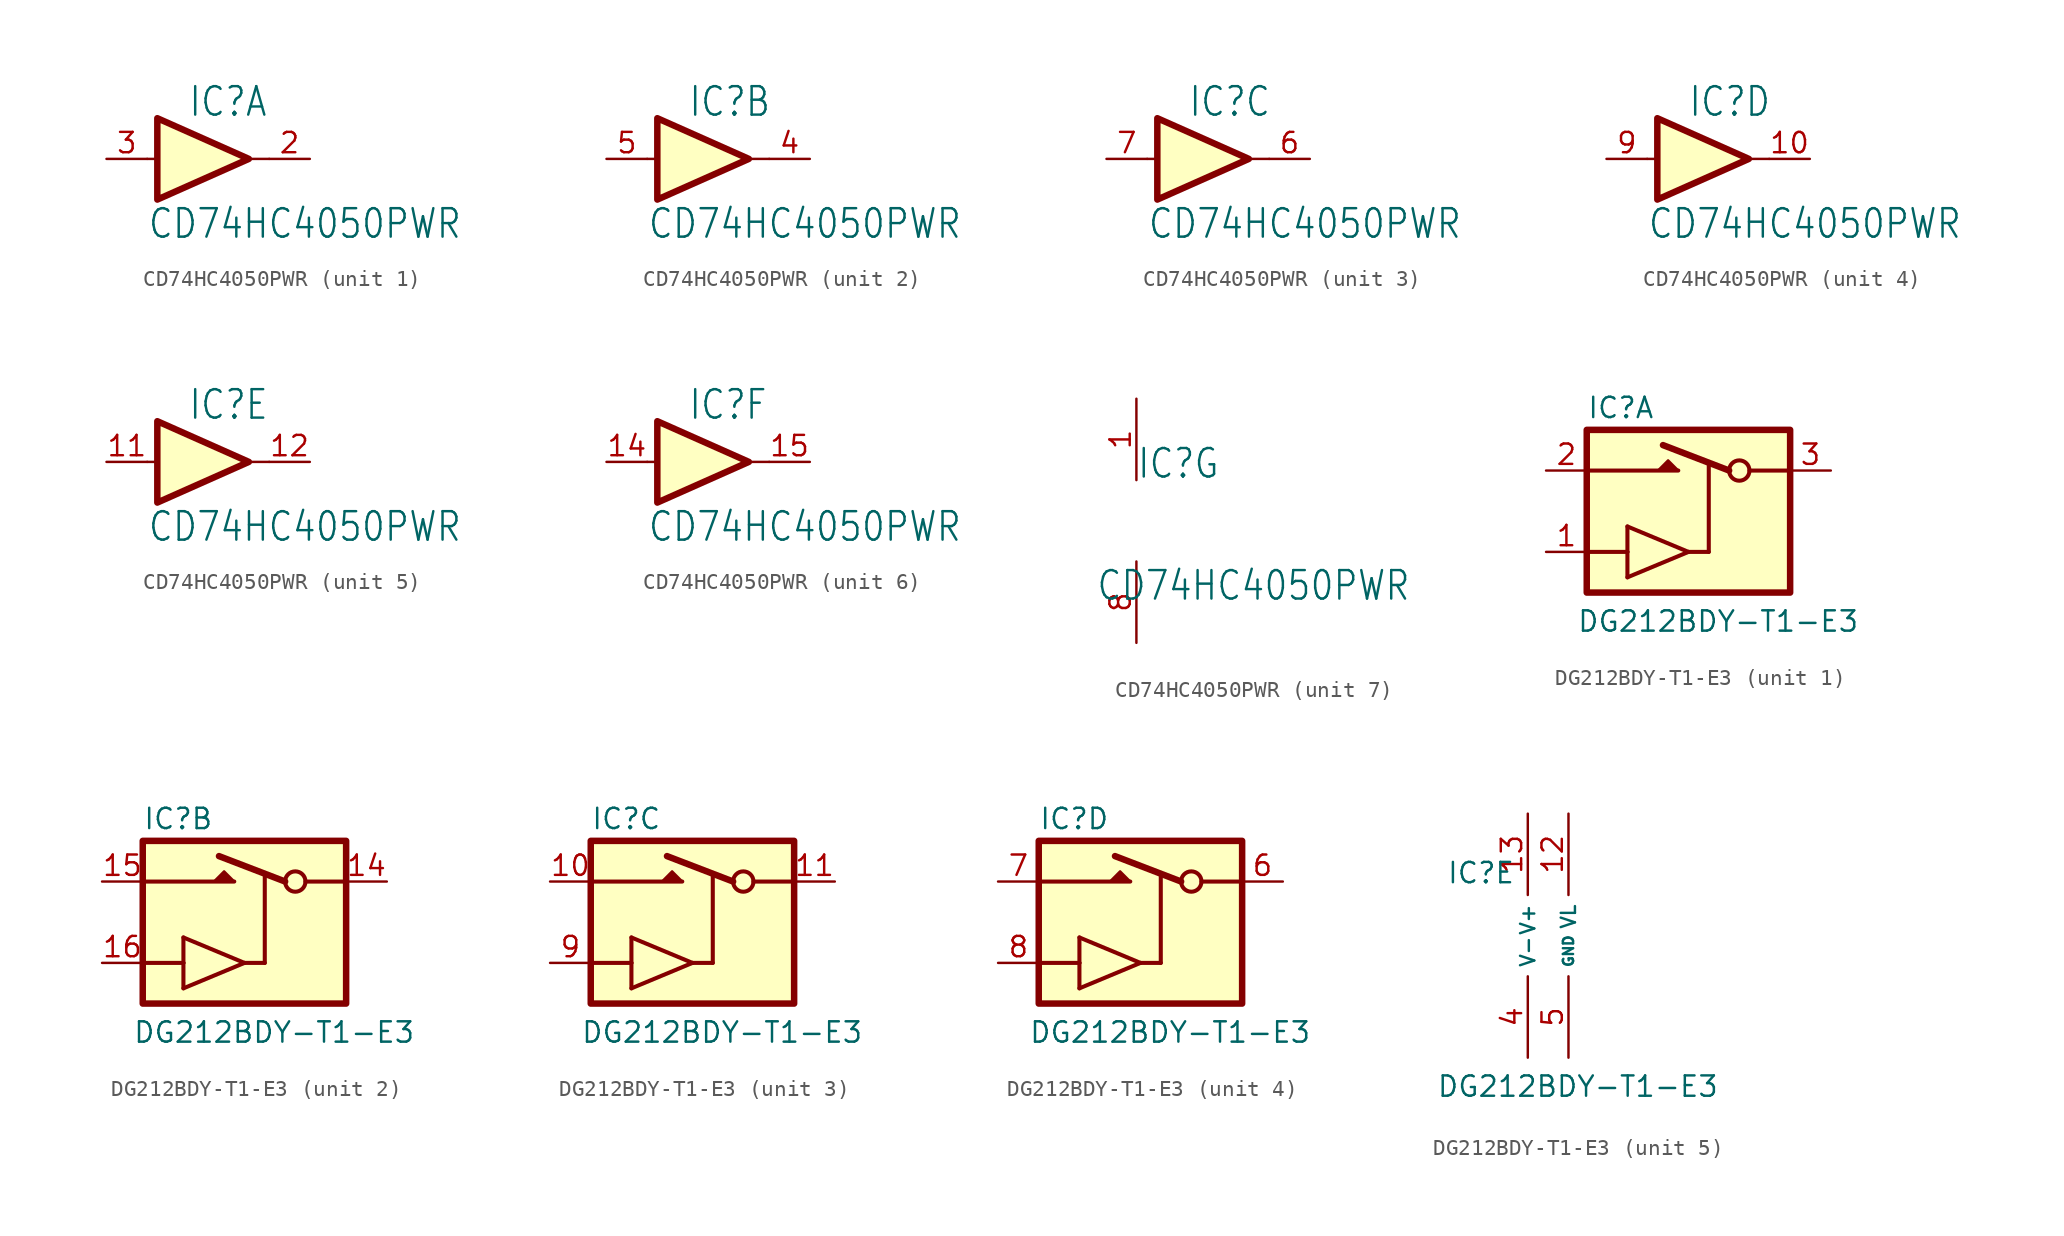
<source format=kicad_sym>
(kicad_symbol_lib
  (version 20241209)
  (generator "kicad_symbol_editor")
  (generator_version "9.0")
  (symbol "CD74HC4050PWR"
    (property "Reference" "IC"
      (at 0 2.54 0)
      (effects (font (size 1.778 1.511)) (justify left bottom)))
    (property "Value" "CD74HC4050PWR"
      (at -2.54 -5.08 0)
      (effects (font (size 1.778 1.511)) (justify left bottom)))
    (property "ki_locked" ""
      (at 0 0 0)
      (effects (font (size 1.27 1.27))))
    (symbol "CD74HC4050PWR_1_0"
      (polyline (pts (xy -2.54 0) (xy -1.905 0)) (stroke (width 0.152) (type solid)) (fill (type none)))
      (polyline (pts (xy 5.08 0) (xy 3.81 0)) (stroke (width 0.152) (type solid)) (fill (type none)))
      (pin input line (at -5.08 0 0) (length 2.54) (name "I" (effects (font (size 0 0)))) (number "3" (effects (font (size 1.27 1.27)))))
      (pin output line (at 7.62 0 180) (length 2.54) (name "O" (effects (font (size 0 0)))) (number "2" (effects (font (size 1.27 1.27))))))
    (symbol "CD74HC4050PWR_1_1"
      (polyline (pts (xy -1.905 2.54) (xy 3.81 0) (xy -1.905 -2.54) (xy -1.905 2.54)) (stroke (width 0.406) (type default)) (fill (type background))))
    (symbol "CD74HC4050PWR_2_0"
      (polyline (pts (xy -2.54 0) (xy -1.905 0)) (stroke (width 0.152) (type solid)) (fill (type none)))
      (polyline (pts (xy 5.08 0) (xy 3.81 0)) (stroke (width 0.152) (type solid)) (fill (type none)))
      (pin input line (at -5.08 0 0) (length 2.54) (name "I" (effects (font (size 0 0)))) (number "5" (effects (font (size 1.27 1.27)))))
      (pin output line (at 7.62 0 180) (length 2.54) (name "O" (effects (font (size 0 0)))) (number "4" (effects (font (size 1.27 1.27))))))
    (symbol "CD74HC4050PWR_2_1"
      (polyline (pts (xy -1.905 2.54) (xy 3.81 0) (xy -1.905 -2.54) (xy -1.905 2.54)) (stroke (width 0.406) (type default)) (fill (type background))))
    (symbol "CD74HC4050PWR_3_0"
      (polyline (pts (xy -2.54 0) (xy -1.905 0)) (stroke (width 0.152) (type solid)) (fill (type none)))
      (polyline (pts (xy 5.08 0) (xy 3.81 0)) (stroke (width 0.152) (type solid)) (fill (type none)))
      (pin input line (at -5.08 0 0) (length 2.54) (name "I" (effects (font (size 0 0)))) (number "7" (effects (font (size 1.27 1.27)))))
      (pin output line (at 7.62 0 180) (length 2.54) (name "O" (effects (font (size 0 0)))) (number "6" (effects (font (size 1.27 1.27))))))
    (symbol "CD74HC4050PWR_3_1"
      (polyline (pts (xy -1.905 2.54) (xy 3.81 0) (xy -1.905 -2.54) (xy -1.905 2.54)) (stroke (width 0.406) (type default)) (fill (type background))))
    (symbol "CD74HC4050PWR_4_0"
      (polyline (pts (xy -2.54 0) (xy -1.905 0)) (stroke (width 0.152) (type solid)) (fill (type none)))
      (polyline (pts (xy 5.08 0) (xy 3.81 0)) (stroke (width 0.152) (type solid)) (fill (type none)))
      (pin input line (at -5.08 0 0) (length 2.54) (name "I" (effects (font (size 0 0)))) (number "9" (effects (font (size 1.27 1.27)))))
      (pin output line (at 7.62 0 180) (length 2.54) (name "O" (effects (font (size 0 0)))) (number "10" (effects (font (size 1.27 1.27))))))
    (symbol "CD74HC4050PWR_4_1"
      (polyline (pts (xy -1.905 2.54) (xy 3.81 0) (xy -1.905 -2.54) (xy -1.905 2.54)) (stroke (width 0.406) (type default)) (fill (type background))))
    (symbol "CD74HC4050PWR_5_0"
      (polyline (pts (xy -2.54 0) (xy -1.905 0)) (stroke (width 0.152) (type solid)) (fill (type none)))
      (polyline (pts (xy 5.08 0) (xy 3.81 0)) (stroke (width 0.152) (type solid)) (fill (type none)))
      (pin input line (at -5.08 0 0) (length 2.54) (name "I" (effects (font (size 0 0)))) (number "11" (effects (font (size 1.27 1.27)))))
      (pin output line (at 7.62 0 180) (length 2.54) (name "O" (effects (font (size 0 0)))) (number "12" (effects (font (size 1.27 1.27))))))
    (symbol "CD74HC4050PWR_5_1"
      (polyline (pts (xy -1.905 2.54) (xy 3.81 0) (xy -1.905 -2.54) (xy -1.905 2.54)) (stroke (width 0.406) (type default)) (fill (type background))))
    (symbol "CD74HC4050PWR_6_0"
      (polyline (pts (xy -2.54 0) (xy -1.905 0)) (stroke (width 0.152) (type solid)) (fill (type none)))
      (polyline (pts (xy 5.08 0) (xy 3.81 0)) (stroke (width 0.152) (type solid)) (fill (type none)))
      (pin input line (at -5.08 0 0) (length 2.54) (name "I" (effects (font (size 0 0)))) (number "14" (effects (font (size 1.27 1.27)))))
      (pin output line (at 7.62 0 180) (length 2.54) (name "O" (effects (font (size 0 0)))) (number "15" (effects (font (size 1.27 1.27))))))
    (symbol "CD74HC4050PWR_6_1"
      (polyline (pts (xy -1.905 2.54) (xy 3.81 0) (xy -1.905 -2.54) (xy -1.905 2.54)) (stroke (width 0.406) (type default)) (fill (type background))))
    (symbol "CD74HC4050PWR_7_0"
      (pin power_in line (at 0 7.62 270) (length 5.08) (name "VDD" (effects (font (size 0 0)))) (number "1" (effects (font (size 1.27 1.27)))))
      (pin power_in line (at 0 -7.62 90) (length 5.08) (name "VSS" (effects (font (size 0 0)))) (number "8" (effects (font (size 1.27 1.27)))))
      (pin no_connect line (at 5.08 7.62 270) (length 5.08) (hide yes) (name "NC" (effects (font (size 0 0)))) (number "13" (effects (font (size 1.27 1.27)))))
      (pin no_connect line (at 5.08 -7.62 90) (length 5.08) (hide yes) (name "NC" (effects (font (size 0 0)))) (number "16" (effects (font (size 1.27 1.27)))))))
  (symbol "DG212BDY-T1-E3"
    (property "Reference" "IC"
      (at -5.08 3.175 0)
      (effects (font (size 1.27 1.27)) (justify left bottom)))
    (property "Value" "DG212BDY-T1-E3"
      (at -5.715 -10.16 0)
      (effects (font (size 1.27 1.27)) (justify left bottom)))
    (property "ki_locked" ""
      (at 0 0 0)
      (effects (font (size 1.27 1.27))))
    (symbol "DG212BDY-T1-E3_1_0"
      (rectangle (start -5.08 2.54) (end 7.62 -7.62) (stroke (width 0.406) (type default)) (fill (type background)))
      (polyline (pts (xy -5.08 0) (xy 0.635 0)) (stroke (width 0.254) (type solid)) (fill (type none)))
      (polyline (pts (xy -5.08 -5.08) (xy -2.54 -5.08)) (stroke (width 0.254) (type solid)) (fill (type none)))
      (polyline (pts (xy -2.54 -3.493) (xy 1.27 -5.08)) (stroke (width 0.254) (type solid)) (fill (type none)))
      (polyline (pts (xy -2.54 -5.08) (xy -2.54 -3.493)) (stroke (width 0.254) (type solid)) (fill (type none)))
      (polyline (pts (xy -2.54 -6.668) (xy -2.54 -5.08)) (stroke (width 0.254) (type solid)) (fill (type none)))
      (polyline (pts (xy -0.635 0) (xy 0 0.635) (xy 0.635 0) (xy -0.635 0)) (stroke (width 0) (type default)) (fill (type outline)))
      (polyline (pts (xy 1.27 -5.08) (xy -2.54 -6.668)) (stroke (width 0.254) (type solid)) (fill (type none)))
      (polyline (pts (xy 2.54 0.318) (xy 2.54 -5.08)) (stroke (width 0.254) (type solid)) (fill (type none)))
      (polyline (pts (xy 2.54 -5.08) (xy 1.27 -5.08)) (stroke (width 0.254) (type solid)) (fill (type none)))
      (polyline (pts (xy 3.81 0) (xy -0.318 1.587)) (stroke (width 0.406) (type solid)) (fill (type none)))
      (circle (center 4.445 0) (radius 0.635) (stroke (width 0.254) (type solid)) (fill (type none)))
      (polyline (pts (xy 5.08 0) (xy 7.62 0)) (stroke (width 0.254) (type solid)) (fill (type none)))
      (pin passive line (at -7.62 0 0) (length 2.54) (name "D" (effects (font (size 0 0)))) (number "2" (effects (font (size 1.27 1.27)))))
      (pin input line (at -7.62 -5.08 0) (length 2.54) (name "IN" (effects (font (size 0 0)))) (number "1" (effects (font (size 1.27 1.27)))))
      (pin passive line (at 10.16 0 180) (length 2.54) (name "S" (effects (font (size 0 0)))) (number "3" (effects (font (size 1.27 1.27))))))
    (symbol "DG212BDY-T1-E3_2_0"
      (rectangle (start -5.08 2.54) (end 7.62 -7.62) (stroke (width 0.406) (type default)) (fill (type background)))
      (polyline (pts (xy -5.08 0) (xy 0.635 0)) (stroke (width 0.254) (type solid)) (fill (type none)))
      (polyline (pts (xy -5.08 -5.08) (xy -2.54 -5.08)) (stroke (width 0.254) (type solid)) (fill (type none)))
      (polyline (pts (xy -2.54 -3.493) (xy 1.27 -5.08)) (stroke (width 0.254) (type solid)) (fill (type none)))
      (polyline (pts (xy -2.54 -5.08) (xy -2.54 -3.493)) (stroke (width 0.254) (type solid)) (fill (type none)))
      (polyline (pts (xy -2.54 -6.668) (xy -2.54 -5.08)) (stroke (width 0.254) (type solid)) (fill (type none)))
      (polyline (pts (xy -0.635 0) (xy 0 0.635) (xy 0.635 0) (xy -0.635 0)) (stroke (width 0) (type default)) (fill (type outline)))
      (polyline (pts (xy 1.27 -5.08) (xy -2.54 -6.668)) (stroke (width 0.254) (type solid)) (fill (type none)))
      (polyline (pts (xy 2.54 0.318) (xy 2.54 -5.08)) (stroke (width 0.254) (type solid)) (fill (type none)))
      (polyline (pts (xy 2.54 -5.08) (xy 1.27 -5.08)) (stroke (width 0.254) (type solid)) (fill (type none)))
      (polyline (pts (xy 3.81 0) (xy -0.318 1.587)) (stroke (width 0.406) (type solid)) (fill (type none)))
      (circle (center 4.445 0) (radius 0.635) (stroke (width 0.254) (type solid)) (fill (type none)))
      (polyline (pts (xy 5.08 0) (xy 7.62 0)) (stroke (width 0.254) (type solid)) (fill (type none)))
      (pin passive line (at -7.62 0 0) (length 2.54) (name "D" (effects (font (size 0 0)))) (number "15" (effects (font (size 1.27 1.27)))))
      (pin input line (at -7.62 -5.08 0) (length 2.54) (name "IN" (effects (font (size 0 0)))) (number "16" (effects (font (size 1.27 1.27)))))
      (pin passive line (at 10.16 0 180) (length 2.54) (name "S" (effects (font (size 0 0)))) (number "14" (effects (font (size 1.27 1.27))))))
    (symbol "DG212BDY-T1-E3_3_0"
      (rectangle (start -5.08 2.54) (end 7.62 -7.62) (stroke (width 0.406) (type default)) (fill (type background)))
      (polyline (pts (xy -5.08 0) (xy 0.635 0)) (stroke (width 0.254) (type solid)) (fill (type none)))
      (polyline (pts (xy -5.08 -5.08) (xy -2.54 -5.08)) (stroke (width 0.254) (type solid)) (fill (type none)))
      (polyline (pts (xy -2.54 -3.493) (xy 1.27 -5.08)) (stroke (width 0.254) (type solid)) (fill (type none)))
      (polyline (pts (xy -2.54 -5.08) (xy -2.54 -3.493)) (stroke (width 0.254) (type solid)) (fill (type none)))
      (polyline (pts (xy -2.54 -6.668) (xy -2.54 -5.08)) (stroke (width 0.254) (type solid)) (fill (type none)))
      (polyline (pts (xy -0.635 0) (xy 0 0.635) (xy 0.635 0) (xy -0.635 0)) (stroke (width 0) (type default)) (fill (type outline)))
      (polyline (pts (xy 1.27 -5.08) (xy -2.54 -6.668)) (stroke (width 0.254) (type solid)) (fill (type none)))
      (polyline (pts (xy 2.54 0.318) (xy 2.54 -5.08)) (stroke (width 0.254) (type solid)) (fill (type none)))
      (polyline (pts (xy 2.54 -5.08) (xy 1.27 -5.08)) (stroke (width 0.254) (type solid)) (fill (type none)))
      (polyline (pts (xy 3.81 0) (xy -0.318 1.587)) (stroke (width 0.406) (type solid)) (fill (type none)))
      (circle (center 4.445 0) (radius 0.635) (stroke (width 0.254) (type solid)) (fill (type none)))
      (polyline (pts (xy 5.08 0) (xy 7.62 0)) (stroke (width 0.254) (type solid)) (fill (type none)))
      (pin passive line (at -7.62 0 0) (length 2.54) (name "D" (effects (font (size 0 0)))) (number "10" (effects (font (size 1.27 1.27)))))
      (pin input line (at -7.62 -5.08 0) (length 2.54) (name "IN" (effects (font (size 0 0)))) (number "9" (effects (font (size 1.27 1.27)))))
      (pin passive line (at 10.16 0 180) (length 2.54) (name "S" (effects (font (size 0 0)))) (number "11" (effects (font (size 1.27 1.27))))))
    (symbol "DG212BDY-T1-E3_4_0"
      (rectangle (start -5.08 2.54) (end 7.62 -7.62) (stroke (width 0.406) (type default)) (fill (type background)))
      (polyline (pts (xy -5.08 0) (xy 0.635 0)) (stroke (width 0.254) (type solid)) (fill (type none)))
      (polyline (pts (xy -5.08 -5.08) (xy -2.54 -5.08)) (stroke (width 0.254) (type solid)) (fill (type none)))
      (polyline (pts (xy -2.54 -3.493) (xy 1.27 -5.08)) (stroke (width 0.254) (type solid)) (fill (type none)))
      (polyline (pts (xy -2.54 -5.08) (xy -2.54 -3.493)) (stroke (width 0.254) (type solid)) (fill (type none)))
      (polyline (pts (xy -2.54 -6.668) (xy -2.54 -5.08)) (stroke (width 0.254) (type solid)) (fill (type none)))
      (polyline (pts (xy -0.635 0) (xy 0 0.635) (xy 0.635 0) (xy -0.635 0)) (stroke (width 0) (type default)) (fill (type outline)))
      (polyline (pts (xy 1.27 -5.08) (xy -2.54 -6.668)) (stroke (width 0.254) (type solid)) (fill (type none)))
      (polyline (pts (xy 2.54 0.318) (xy 2.54 -5.08)) (stroke (width 0.254) (type solid)) (fill (type none)))
      (polyline (pts (xy 2.54 -5.08) (xy 1.27 -5.08)) (stroke (width 0.254) (type solid)) (fill (type none)))
      (polyline (pts (xy 3.81 0) (xy -0.318 1.587)) (stroke (width 0.406) (type solid)) (fill (type none)))
      (circle (center 4.445 0) (radius 0.635) (stroke (width 0.254) (type solid)) (fill (type none)))
      (polyline (pts (xy 5.08 0) (xy 7.62 0)) (stroke (width 0.254) (type solid)) (fill (type none)))
      (pin passive line (at -7.62 0 0) (length 2.54) (name "D" (effects (font (size 0 0)))) (number "7" (effects (font (size 1.27 1.27)))))
      (pin input line (at -7.62 -5.08 0) (length 2.54) (name "IN" (effects (font (size 0 0)))) (number "8" (effects (font (size 1.27 1.27)))))
      (pin passive line (at 10.16 0 180) (length 2.54) (name "S" (effects (font (size 0 0)))) (number "6" (effects (font (size 1.27 1.27))))))
    (symbol "DG212BDY-T1-E3_5_0"
      (pin power_in line (at 0 7.62 270) (length 5.08) (name "V+" (effects (font (size 0.889 0.889)))) (number "13" (effects (font (size 1.27 1.27)))))
      (pin power_in line (at 0 -7.62 90) (length 5.08) (name "V-" (effects (font (size 0.889 0.889)))) (number "4" (effects (font (size 1.27 1.27)))))
      (pin power_in line (at 2.54 7.62 270) (length 5.08) (name "VL" (effects (font (size 0.889 0.889)))) (number "12" (effects (font (size 1.27 1.27)))))
      (pin power_in line (at 2.54 -7.62 90) (length 5.08) (name "GND" (effects (font (size 0.635 0.635)))) (number "5" (effects (font (size 1.27 1.27))))))))
</source>
